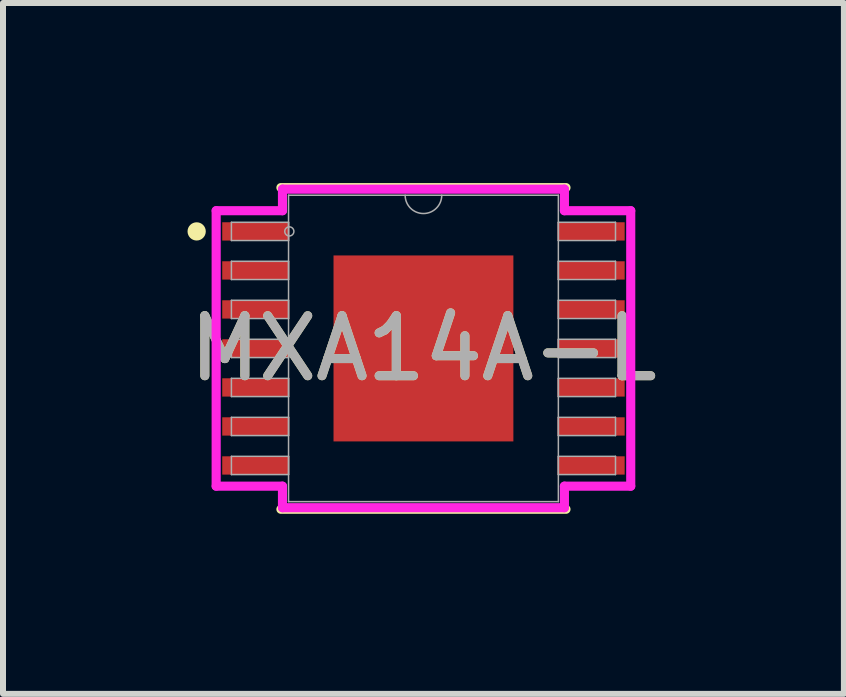
<source format=kicad_pcb>
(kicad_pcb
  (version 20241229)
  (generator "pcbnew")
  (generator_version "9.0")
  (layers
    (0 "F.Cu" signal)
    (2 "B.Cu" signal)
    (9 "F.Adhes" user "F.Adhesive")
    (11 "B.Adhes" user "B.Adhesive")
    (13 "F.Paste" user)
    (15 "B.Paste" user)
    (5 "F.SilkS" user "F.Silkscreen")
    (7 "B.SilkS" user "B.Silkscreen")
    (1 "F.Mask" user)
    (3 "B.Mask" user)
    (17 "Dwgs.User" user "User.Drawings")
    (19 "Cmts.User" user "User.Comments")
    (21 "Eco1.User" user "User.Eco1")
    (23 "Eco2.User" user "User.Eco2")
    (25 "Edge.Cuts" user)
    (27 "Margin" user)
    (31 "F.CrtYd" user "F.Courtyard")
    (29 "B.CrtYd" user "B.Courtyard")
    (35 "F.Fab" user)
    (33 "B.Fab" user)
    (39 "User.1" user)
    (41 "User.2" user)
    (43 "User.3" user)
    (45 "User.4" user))
  (footprint "MXA14A-L"
    (layer "F.Cu")
    (at 4.006 2.756)
    (property "Reference" "MXA14A-L" (at 0 0 0) (unlocked yes) (layer "F.SilkS") (effects (font (size 1 1) (thickness 0.15))))
    (attr smd)
    (fp_line (start -2.375 2.68) (end 2.375 2.68) (stroke (width 0.152) (type solid)) (layer "F.SilkS"))
    (fp_line (start 2.375 -2.68) (end -2.375 -2.68) (stroke (width 0.152) (type solid)) (layer "F.SilkS"))
    (fp_circle (center -3.779 -1.95) (end -3.703 -1.95) (stroke (width 0.152) (type solid)) (fill no) (layer "F.SilkS"))
    (fp_line (start -3.454 -2.295) (end -2.349 -2.295) (stroke (width 0.152) (type solid)) (layer "F.CrtYd"))
    (fp_line (start -3.454 2.295) (end -3.454 -2.295) (stroke (width 0.152) (type solid)) (layer "F.CrtYd"))
    (fp_line (start -3.454 2.295) (end -2.349 2.295) (stroke (width 0.152) (type solid)) (layer "F.CrtYd"))
    (fp_line (start -2.349 -2.654) (end 2.349 -2.654) (stroke (width 0.152) (type solid)) (layer "F.CrtYd"))
    (fp_line (start -2.349 -2.295) (end -2.349 -2.654) (stroke (width 0.152) (type solid)) (layer "F.CrtYd"))
    (fp_line (start -2.349 2.654) (end -2.349 2.295) (stroke (width 0.152) (type solid)) (layer "F.CrtYd"))
    (fp_line (start 2.349 -2.654) (end 2.349 -2.295) (stroke (width 0.152) (type solid)) (layer "F.CrtYd"))
    (fp_line (start 2.349 2.295) (end 2.349 2.654) (stroke (width 0.152) (type solid)) (layer "F.CrtYd"))
    (fp_line (start 2.349 2.654) (end -2.349 2.654) (stroke (width 0.152) (type solid)) (layer "F.CrtYd"))
    (fp_line (start 3.454 -2.295) (end 2.349 -2.295) (stroke (width 0.152) (type solid)) (layer "F.CrtYd"))
    (fp_line (start 3.454 -2.295) (end 3.454 2.295) (stroke (width 0.152) (type solid)) (layer "F.CrtYd"))
    (fp_line (start 3.454 2.295) (end 2.349 2.295) (stroke (width 0.152) (type solid)) (layer "F.CrtYd"))
    (fp_line (start -3.2 -2.102) (end -3.2 -1.798) (stroke (width 0.025) (type solid)) (layer "F.Fab"))
    (fp_line (start -3.2 -1.798) (end -2.248 -1.798) (stroke (width 0.025) (type solid)) (layer "F.Fab"))
    (fp_line (start -3.2 -1.452) (end -3.2 -1.148) (stroke (width 0.025) (type solid)) (layer "F.Fab"))
    (fp_line (start -3.2 -1.148) (end -2.248 -1.148) (stroke (width 0.025) (type solid)) (layer "F.Fab"))
    (fp_line (start -3.2 -0.802) (end -3.2 -0.498) (stroke (width 0.025) (type solid)) (layer "F.Fab"))
    (fp_line (start -3.2 -0.498) (end -2.248 -0.498) (stroke (width 0.025) (type solid)) (layer "F.Fab"))
    (fp_line (start -3.2 -0.152) (end -3.2 0.152) (stroke (width 0.025) (type solid)) (layer "F.Fab"))
    (fp_line (start -3.2 0.152) (end -2.248 0.152) (stroke (width 0.025) (type solid)) (layer "F.Fab"))
    (fp_line (start -3.2 0.498) (end -3.2 0.802) (stroke (width 0.025) (type solid)) (layer "F.Fab"))
    (fp_line (start -3.2 0.802) (end -2.248 0.802) (stroke (width 0.025) (type solid)) (layer "F.Fab"))
    (fp_line (start -3.2 1.148) (end -3.2 1.452) (stroke (width 0.025) (type solid)) (layer "F.Fab"))
    (fp_line (start -3.2 1.452) (end -2.248 1.452) (stroke (width 0.025) (type solid)) (layer "F.Fab"))
    (fp_line (start -3.2 1.798) (end -3.2 2.102) (stroke (width 0.025) (type solid)) (layer "F.Fab"))
    (fp_line (start -3.2 2.102) (end -2.248 2.102) (stroke (width 0.025) (type solid)) (layer "F.Fab"))
    (fp_line (start -2.248 -2.553) (end -2.248 2.553) (stroke (width 0.025) (type solid)) (layer "F.Fab"))
    (fp_line (start -2.248 -2.102) (end -3.2 -2.102) (stroke (width 0.025) (type solid)) (layer "F.Fab"))
    (fp_line (start -2.248 -1.798) (end -2.248 -2.102) (stroke (width 0.025) (type solid)) (layer "F.Fab"))
    (fp_line (start -2.248 -1.452) (end -3.2 -1.452) (stroke (width 0.025) (type solid)) (layer "F.Fab"))
    (fp_line (start -2.248 -1.148) (end -2.248 -1.452) (stroke (width 0.025) (type solid)) (layer "F.Fab"))
    (fp_line (start -2.248 -0.802) (end -3.2 -0.802) (stroke (width 0.025) (type solid)) (layer "F.Fab"))
    (fp_line (start -2.248 -0.498) (end -2.248 -0.802) (stroke (width 0.025) (type solid)) (layer "F.Fab"))
    (fp_line (start -2.248 -0.152) (end -3.2 -0.152) (stroke (width 0.025) (type solid)) (layer "F.Fab"))
    (fp_line (start -2.248 0.152) (end -2.248 -0.152) (stroke (width 0.025) (type solid)) (layer "F.Fab"))
    (fp_line (start -2.248 0.498) (end -3.2 0.498) (stroke (width 0.025) (type solid)) (layer "F.Fab"))
    (fp_line (start -2.248 0.802) (end -2.248 0.498) (stroke (width 0.025) (type solid)) (layer "F.Fab"))
    (fp_line (start -2.248 1.148) (end -3.2 1.148) (stroke (width 0.025) (type solid)) (layer "F.Fab"))
    (fp_line (start -2.248 1.452) (end -2.248 1.148) (stroke (width 0.025) (type solid)) (layer "F.Fab"))
    (fp_line (start -2.248 1.798) (end -3.2 1.798) (stroke (width 0.025) (type solid)) (layer "F.Fab"))
    (fp_line (start -2.248 2.102) (end -2.248 1.798) (stroke (width 0.025) (type solid)) (layer "F.Fab"))
    (fp_line (start -2.248 2.553) (end 2.248 2.553) (stroke (width 0.025) (type solid)) (layer "F.Fab"))
    (fp_line (start 2.248 -2.553) (end -2.248 -2.553) (stroke (width 0.025) (type solid)) (layer "F.Fab"))
    (fp_line (start 2.248 -2.102) (end 2.248 -1.798) (stroke (width 0.025) (type solid)) (layer "F.Fab"))
    (fp_line (start 2.248 -1.798) (end 3.2 -1.798) (stroke (width 0.025) (type solid)) (layer "F.Fab"))
    (fp_line (start 2.248 -1.452) (end 2.248 -1.148) (stroke (width 0.025) (type solid)) (layer "F.Fab"))
    (fp_line (start 2.248 -1.148) (end 3.2 -1.148) (stroke (width 0.025) (type solid)) (layer "F.Fab"))
    (fp_line (start 2.248 -0.802) (end 2.248 -0.498) (stroke (width 0.025) (type solid)) (layer "F.Fab"))
    (fp_line (start 2.248 -0.498) (end 3.2 -0.498) (stroke (width 0.025) (type solid)) (layer "F.Fab"))
    (fp_line (start 2.248 -0.152) (end 2.248 0.152) (stroke (width 0.025) (type solid)) (layer "F.Fab"))
    (fp_line (start 2.248 0.152) (end 3.2 0.152) (stroke (width 0.025) (type solid)) (layer "F.Fab"))
    (fp_line (start 2.248 0.498) (end 2.248 0.802) (stroke (width 0.025) (type solid)) (layer "F.Fab"))
    (fp_line (start 2.248 0.802) (end 3.2 0.802) (stroke (width 0.025) (type solid)) (layer "F.Fab"))
    (fp_line (start 2.248 1.148) (end 2.248 1.452) (stroke (width 0.025) (type solid)) (layer "F.Fab"))
    (fp_line (start 2.248 1.452) (end 3.2 1.452) (stroke (width 0.025) (type solid)) (layer "F.Fab"))
    (fp_line (start 2.248 1.798) (end 2.248 2.102) (stroke (width 0.025) (type solid)) (layer "F.Fab"))
    (fp_line (start 2.248 2.102) (end 3.2 2.102) (stroke (width 0.025) (type solid)) (layer "F.Fab"))
    (fp_line (start 2.248 2.553) (end 2.248 -2.553) (stroke (width 0.025) (type solid)) (layer "F.Fab"))
    (fp_line (start 3.2 -2.102) (end 2.248 -2.102) (stroke (width 0.025) (type solid)) (layer "F.Fab"))
    (fp_line (start 3.2 -1.798) (end 3.2 -2.102) (stroke (width 0.025) (type solid)) (layer "F.Fab"))
    (fp_line (start 3.2 -1.452) (end 2.248 -1.452) (stroke (width 0.025) (type solid)) (layer "F.Fab"))
    (fp_line (start 3.2 -1.148) (end 3.2 -1.452) (stroke (width 0.025) (type solid)) (layer "F.Fab"))
    (fp_line (start 3.2 -0.802) (end 2.248 -0.802) (stroke (width 0.025) (type solid)) (layer "F.Fab"))
    (fp_line (start 3.2 -0.498) (end 3.2 -0.802) (stroke (width 0.025) (type solid)) (layer "F.Fab"))
    (fp_line (start 3.2 -0.152) (end 2.248 -0.152) (stroke (width 0.025) (type solid)) (layer "F.Fab"))
    (fp_line (start 3.2 0.152) (end 3.2 -0.152) (stroke (width 0.025) (type solid)) (layer "F.Fab"))
    (fp_line (start 3.2 0.498) (end 2.248 0.498) (stroke (width 0.025) (type solid)) (layer "F.Fab"))
    (fp_line (start 3.2 0.802) (end 3.2 0.498) (stroke (width 0.025) (type solid)) (layer "F.Fab"))
    (fp_line (start 3.2 1.148) (end 2.248 1.148) (stroke (width 0.025) (type solid)) (layer "F.Fab"))
    (fp_line (start 3.2 1.452) (end 3.2 1.148) (stroke (width 0.025) (type solid)) (layer "F.Fab"))
    (fp_line (start 3.2 1.798) (end 2.248 1.798) (stroke (width 0.025) (type solid)) (layer "F.Fab"))
    (fp_line (start 3.2 2.102) (end 3.2 1.798) (stroke (width 0.025) (type solid)) (layer "F.Fab"))
    (fp_arc (start 0.3048 -2.5527) (mid 0 -2.2479) (end -0.3048 -2.5527) (stroke (width 0.0254) (type solid)) (layer "F.Fab"))
    (fp_circle (center -2.235 -1.95) (end -2.159 -1.95) (stroke (width 0.025) (type solid)) (fill no) (layer "F.Fab"))
    (fp_text user "${REFERENCE}" (at 0 0 0) (unlocked yes) (layer "F.Fab") (effects (font (size 1 1) (thickness 0.15))))
    (pad "1" smd rect (at -2.794 -1.95) (size 1.118 0.305) (layers "F.Cu" "F.Mask" "F.Paste"))
    (pad "2" smd rect (at -2.794 -1.3) (size 1.118 0.305) (layers "F.Cu" "F.Mask" "F.Paste"))
    (pad "3" smd rect (at -2.794 -0.65) (size 1.118 0.305) (layers "F.Cu" "F.Mask" "F.Paste"))
    (pad "4" smd rect (at -2.794 0) (size 1.118 0.305) (layers "F.Cu" "F.Mask" "F.Paste"))
    (pad "5" smd rect (at -2.794 0.65) (size 1.118 0.305) (layers "F.Cu" "F.Mask" "F.Paste"))
    (pad "6" smd rect (at -2.794 1.3) (size 1.118 0.305) (layers "F.Cu" "F.Mask" "F.Paste"))
    (pad "7" smd rect (at -2.794 1.95) (size 1.118 0.305) (layers "F.Cu" "F.Mask" "F.Paste"))
    (pad "8" smd rect (at 2.794 1.95) (size 1.118 0.305) (layers "F.Cu" "F.Mask" "F.Paste"))
    (pad "9" smd rect (at 2.794 1.3) (size 1.118 0.305) (layers "F.Cu" "F.Mask" "F.Paste"))
    (pad "10" smd rect (at 2.794 0.65) (size 1.118 0.305) (layers "F.Cu" "F.Mask" "F.Paste"))
    (pad "11" smd rect (at 2.794 0) (size 1.118 0.305) (layers "F.Cu" "F.Mask" "F.Paste"))
    (pad "12" smd rect (at 2.794 -0.65) (size 1.118 0.305) (layers "F.Cu" "F.Mask" "F.Paste"))
    (pad "13" smd rect (at 2.794 -1.3) (size 1.118 0.305) (layers "F.Cu" "F.Mask" "F.Paste"))
    (pad "14" smd rect (at 2.794 -1.95) (size 1.118 0.305) (layers "F.Cu" "F.Mask" "F.Paste"))
    (pad "15" smd rect (at 0 0) (size 2.997 3.099) (layers "F.Cu" "F.Mask" "F.Paste")))
  (gr_rect
    (start -3 -3)
    (end 11.012 8.512)
    (stroke (width 0.1) (type default))
    (fill no)
    (layer "Edge.Cuts")))
</source>
